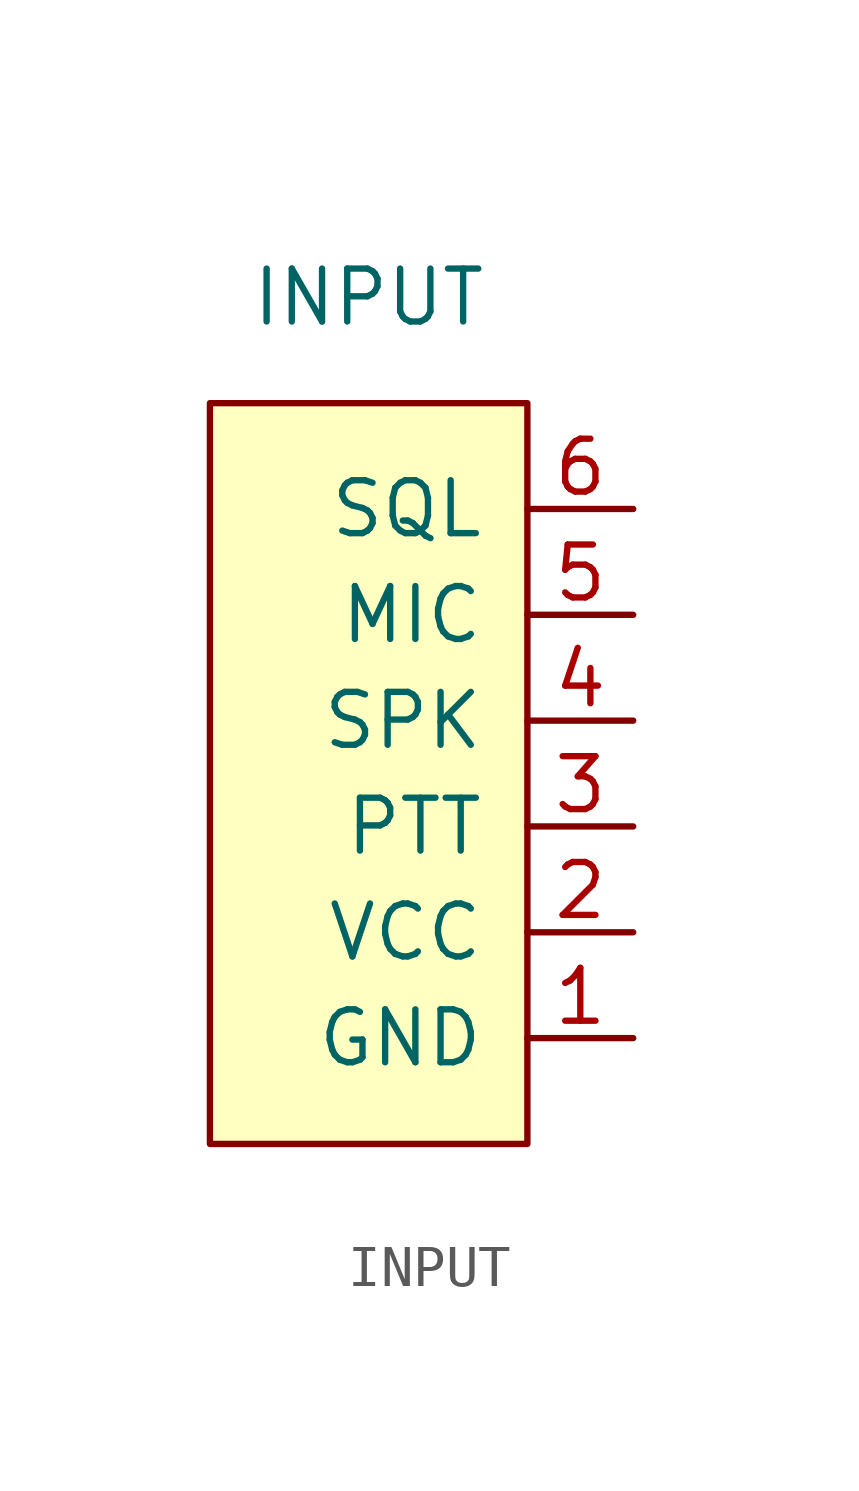
<source format=kicad_sym>
(kicad_symbol_lib
  (version 20211014)
  (generator kicad_symbol_editor)
  (symbol "INPUT"
    (pin_names
      (offset 1.016))
    (property "Reference" "Brd?"
      (at 5.08 7.62 0)
      (effects (font (size 1.27 1.27)) hide))
    (property "Value" "INPUT"
      (at 3.81 10.16 0)
      (effects (font (size 1.27 1.27))))
    (symbol "INPUT_0_1"
      (rectangle (start 0 7.62) (end 7.62 -10.16) (stroke (width 0) (type default) (color 0 0 0 0)) (fill (type background))))
    (symbol "INPUT_1_1"
      (pin input line (at 10.16 -7.62 180) (length 2.54) (name "GND" (effects (font (size 1.27 1.27)))) (number "1" (effects (font (size 1.27 1.27)))))
      (pin input line (at 10.16 -5.08 180) (length 2.54) (name "VCC" (effects (font (size 1.27 1.27)))) (number "2" (effects (font (size 1.27 1.27)))))
      (pin output line (at 10.16 -2.54 180) (length 2.54) (name "PTT" (effects (font (size 1.27 1.27)))) (number "3" (effects (font (size 1.27 1.27)))))
      (pin input line (at 10.16 0 180) (length 2.54) (name "SPK" (effects (font (size 1.27 1.27)))) (number "4" (effects (font (size 1.27 1.27)))))
      (pin passive line (at 10.16 2.54 180) (length 2.54) (name "MIC" (effects (font (size 1.27 1.27)))) (number "5" (effects (font (size 1.27 1.27)))))
      (pin passive line (at 10.16 5.08 180) (length 2.54) (name "SQL" (effects (font (size 1.27 1.27)))) (number "6" (effects (font (size 1.27 1.27))))))))
</source>
